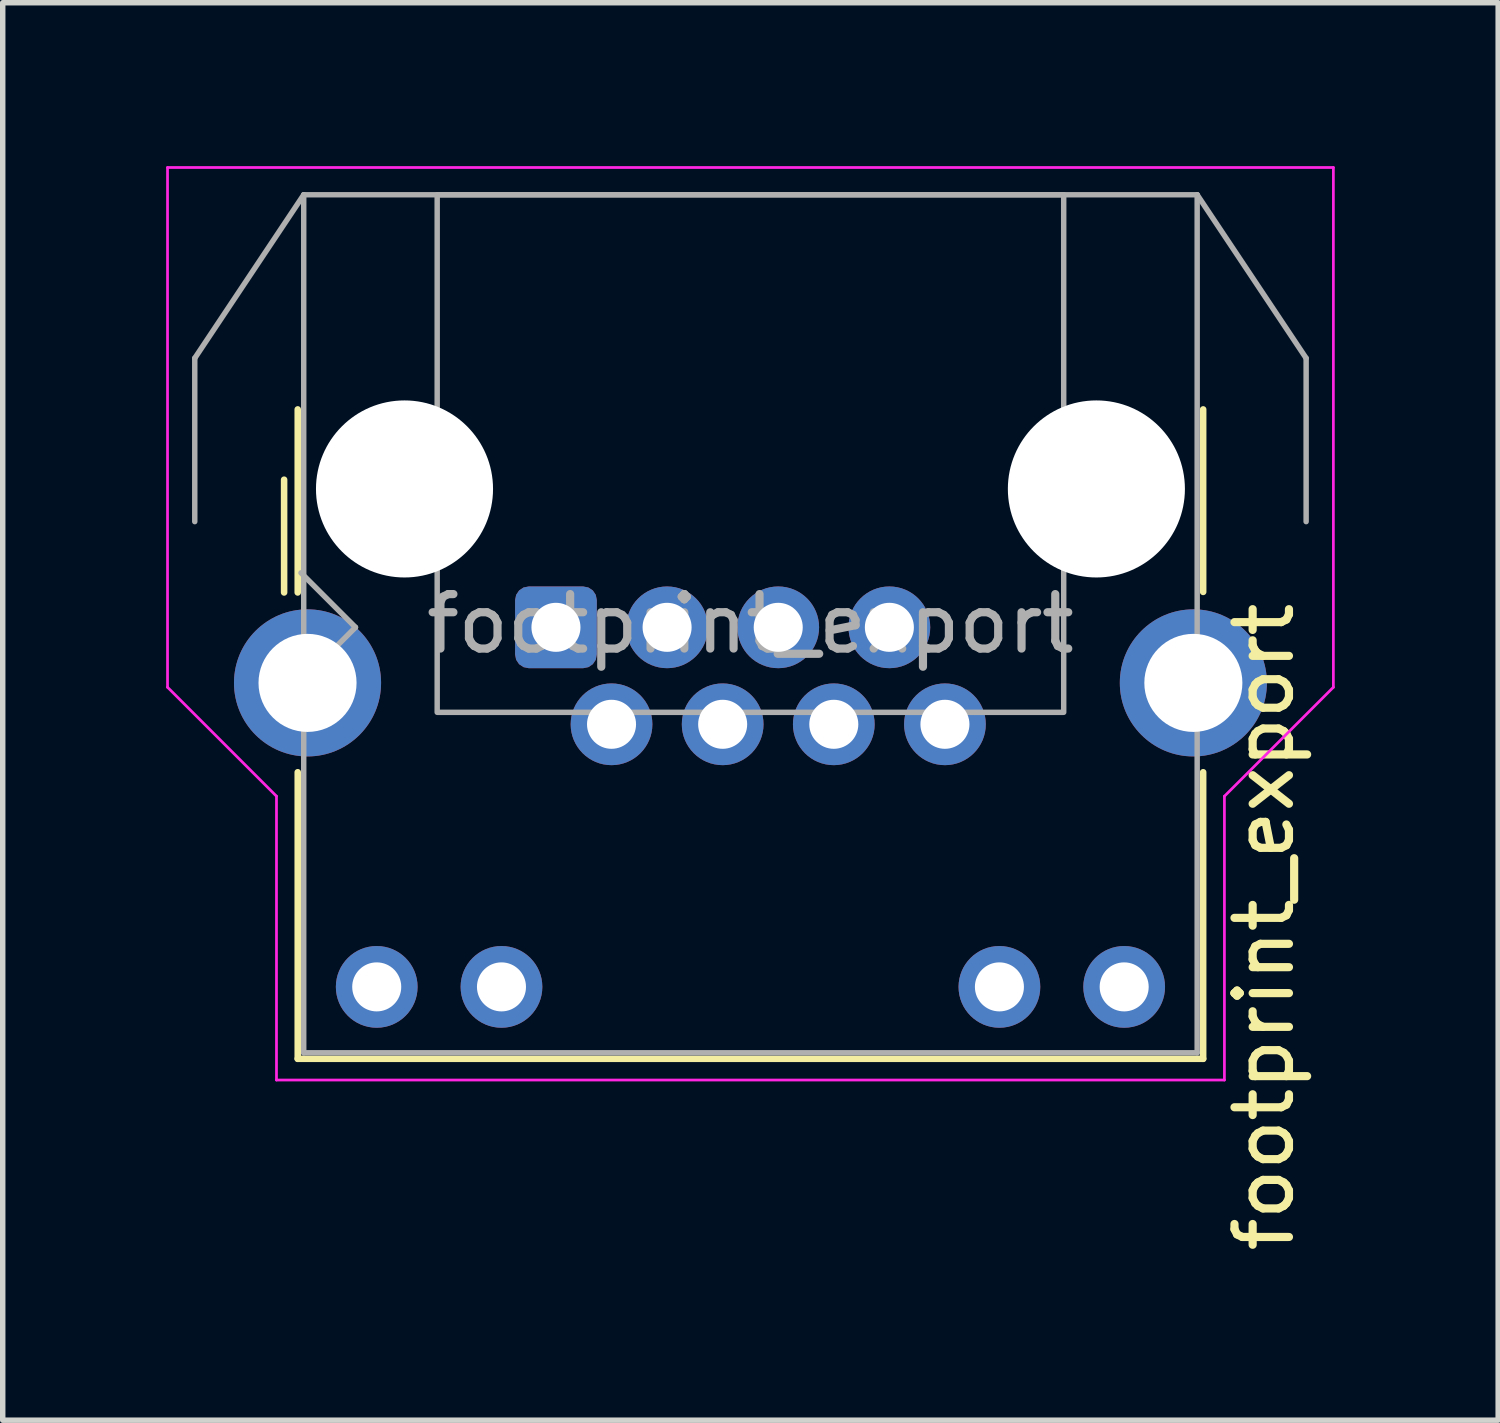
<source format=kicad_pcb>
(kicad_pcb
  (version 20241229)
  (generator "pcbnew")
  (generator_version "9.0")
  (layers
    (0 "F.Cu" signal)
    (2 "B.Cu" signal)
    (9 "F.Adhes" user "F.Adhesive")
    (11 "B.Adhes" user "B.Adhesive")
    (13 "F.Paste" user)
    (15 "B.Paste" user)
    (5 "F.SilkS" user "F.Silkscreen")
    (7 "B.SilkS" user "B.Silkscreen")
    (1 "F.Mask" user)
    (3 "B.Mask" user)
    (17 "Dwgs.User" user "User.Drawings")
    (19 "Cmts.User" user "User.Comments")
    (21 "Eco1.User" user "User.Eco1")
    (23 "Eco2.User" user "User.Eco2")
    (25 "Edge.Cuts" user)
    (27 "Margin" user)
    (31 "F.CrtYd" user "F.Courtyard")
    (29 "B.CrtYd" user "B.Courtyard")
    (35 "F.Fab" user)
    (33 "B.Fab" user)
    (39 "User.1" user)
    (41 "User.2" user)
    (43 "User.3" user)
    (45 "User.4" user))
  (footprint "footprint_export"
    (layer "F.Cu")
    (at 7.155 8.465)
    (property "Reference" "footprint_export" (at 13 5.5 270) (layer "F.SilkS") (effects (font (size 1 1) (thickness 0.15))))
    (attr through_hole)
    (fp_line (start -4.99 -0.64) (end -4.99 -2.71) (stroke (width 0.12) (type solid)) (layer "F.SilkS"))
    (fp_line (start -4.74 -0.64) (end -4.74 -4) (stroke (width 0.12) (type solid)) (layer "F.SilkS"))
    (fp_line (start -4.74 7.92) (end -4.74 2.66) (stroke (width 0.12) (type solid)) (layer "F.SilkS"))
    (fp_line (start 11.88 -4) (end 11.88 -0.65) (stroke (width 0.12) (type solid)) (layer "F.SilkS"))
    (fp_line (start 11.88 2.66) (end 11.88 7.92) (stroke (width 0.12) (type solid)) (layer "F.SilkS"))
    (fp_line (start 11.88 7.92) (end -4.74 7.92) (stroke (width 0.12) (type solid)) (layer "F.SilkS"))
    (fp_line (start -7.13 -8.44) (end 14.27 -8.44) (stroke (width 0.05) (type default)) (layer "F.CrtYd"))
    (fp_line (start -7.13 1.1) (end -7.13 -8.44) (stroke (width 0.05) (type default)) (layer "F.CrtYd"))
    (fp_line (start -5.13 3.1) (end -7.13 1.1) (stroke (width 0.05) (type default)) (layer "F.CrtYd"))
    (fp_line (start -5.13 8.31) (end -5.13 3.1) (stroke (width 0.05) (type solid)) (layer "F.CrtYd"))
    (fp_line (start -5.13 8.31) (end 12.27 8.31) (stroke (width 0.05) (type solid)) (layer "F.CrtYd"))
    (fp_line (start 12.27 3.1) (end 14.27 1.1) (stroke (width 0.05) (type default)) (layer "F.CrtYd"))
    (fp_line (start 12.27 8.31) (end 12.27 3.1) (stroke (width 0.05) (type solid)) (layer "F.CrtYd"))
    (fp_line (start 14.27 1.1) (end 14.27 -8.44) (stroke (width 0.05) (type default)) (layer "F.CrtYd"))
    (fp_line (start -6.63 -4.94) (end -6.63 -1.94) (stroke (width 0.1) (type default)) (layer "F.Fab"))
    (fp_line (start -4.63 -7.94) (end -6.63 -4.94) (stroke (width 0.1) (type default)) (layer "F.Fab"))
    (fp_line (start -4.63 -7.94) (end 11.77 -7.94) (stroke (width 0.1) (type solid)) (layer "F.Fab"))
    (fp_line (start -4.63 7.81) (end -4.63 -7.94) (stroke (width 0.1) (type solid)) (layer "F.Fab"))
    (fp_line (start -3.68 0) (end -4.68 -1) (stroke (width 0.1) (type default)) (layer "F.Fab"))
    (fp_line (start -3.68 0) (end -4.68 1) (stroke (width 0.1) (type default)) (layer "F.Fab"))
    (fp_line (start 11.77 -7.94) (end 11.77 7.81) (stroke (width 0.1) (type solid)) (layer "F.Fab"))
    (fp_line (start 11.77 -7.94) (end 13.77 -4.94) (stroke (width 0.1) (type default)) (layer "F.Fab"))
    (fp_line (start 11.77 7.81) (end -4.63 7.81) (stroke (width 0.1) (type solid)) (layer "F.Fab"))
    (fp_line (start 13.77 -4.94) (end 13.77 -1.94) (stroke (width 0.1) (type default)) (layer "F.Fab"))
    (fp_rect (start -2.18 -7.94) (end 9.32 1.56) (stroke (width 0.1) (type default)) (fill no) (layer "F.Fab"))
    (fp_text user "${REFERENCE}" (at 3.57 -0.065 180) (layer "F.Fab") (effects (font (size 1 1) (thickness 0.15))))
    (pad "" np_thru_hole circle (at -2.78 -2.54 180) (size 3.25 3.25) (drill 3.25) (layers "*.Cu" "*.Mask"))
    (pad "" np_thru_hole circle (at 9.92 -2.54 180) (size 3.25 3.25) (drill 3.25) (layers "*.Cu" "*.Mask"))
    (pad "1" thru_hole roundrect (at 0 0 180) (size 1.5 1.5) (drill 0.9) (layers "*.Cu" "*.Mask") (roundrect_rratio 0.167))
    (pad "2" thru_hole circle (at 1.02 1.78 180) (size 1.5 1.5) (drill 0.9) (layers "*.Cu" "*.Mask"))
    (pad "3" thru_hole circle (at 2.04 0 180) (size 1.5 1.5) (drill 0.9) (layers "*.Cu" "*.Mask"))
    (pad "4" thru_hole circle (at 3.06 1.78 180) (size 1.5 1.5) (drill 0.9) (layers "*.Cu" "*.Mask"))
    (pad "5" thru_hole circle (at 4.08 0 180) (size 1.5 1.5) (drill 0.9) (layers "*.Cu" "*.Mask"))
    (pad "6" thru_hole circle (at 5.1 1.78 180) (size 1.5 1.5) (drill 0.9) (layers "*.Cu" "*.Mask"))
    (pad "7" thru_hole circle (at 6.12 0 180) (size 1.5 1.5) (drill 0.9) (layers "*.Cu" "*.Mask"))
    (pad "8" thru_hole circle (at 7.14 1.78 180) (size 1.5 1.5) (drill 0.9) (layers "*.Cu" "*.Mask"))
    (pad "9" thru_hole circle (at -3.29 6.6 180) (size 1.5 1.5) (drill 0.9) (layers "*.Cu" "*.Mask"))
    (pad "10" thru_hole circle (at -1 6.6 180) (size 1.5 1.5) (drill 0.9) (layers "*.Cu" "*.Mask"))
    (pad "11" thru_hole circle (at 8.14 6.6 180) (size 1.5 1.5) (drill 0.9) (layers "*.Cu" "*.Mask"))
    (pad "12" thru_hole circle (at 10.43 6.6 180) (size 1.5 1.5) (drill 0.9) (layers "*.Cu" "*.Mask"))
    (pad "SH" thru_hole circle (at -4.56 1.02 180) (size 2.7 2.7) (drill 1.8) (layers "*.Cu" "*.Mask"))
    (pad "SH" thru_hole circle (at 11.7 1.02 180) (size 2.7 2.7) (drill 1.8) (layers "*.Cu" "*.Mask")))
  (gr_rect
    (start -3 -3)
    (end 24.45 23.019)
    (stroke (width 0.1) (type default))
    (fill no)
    (layer "Edge.Cuts")))
</source>
